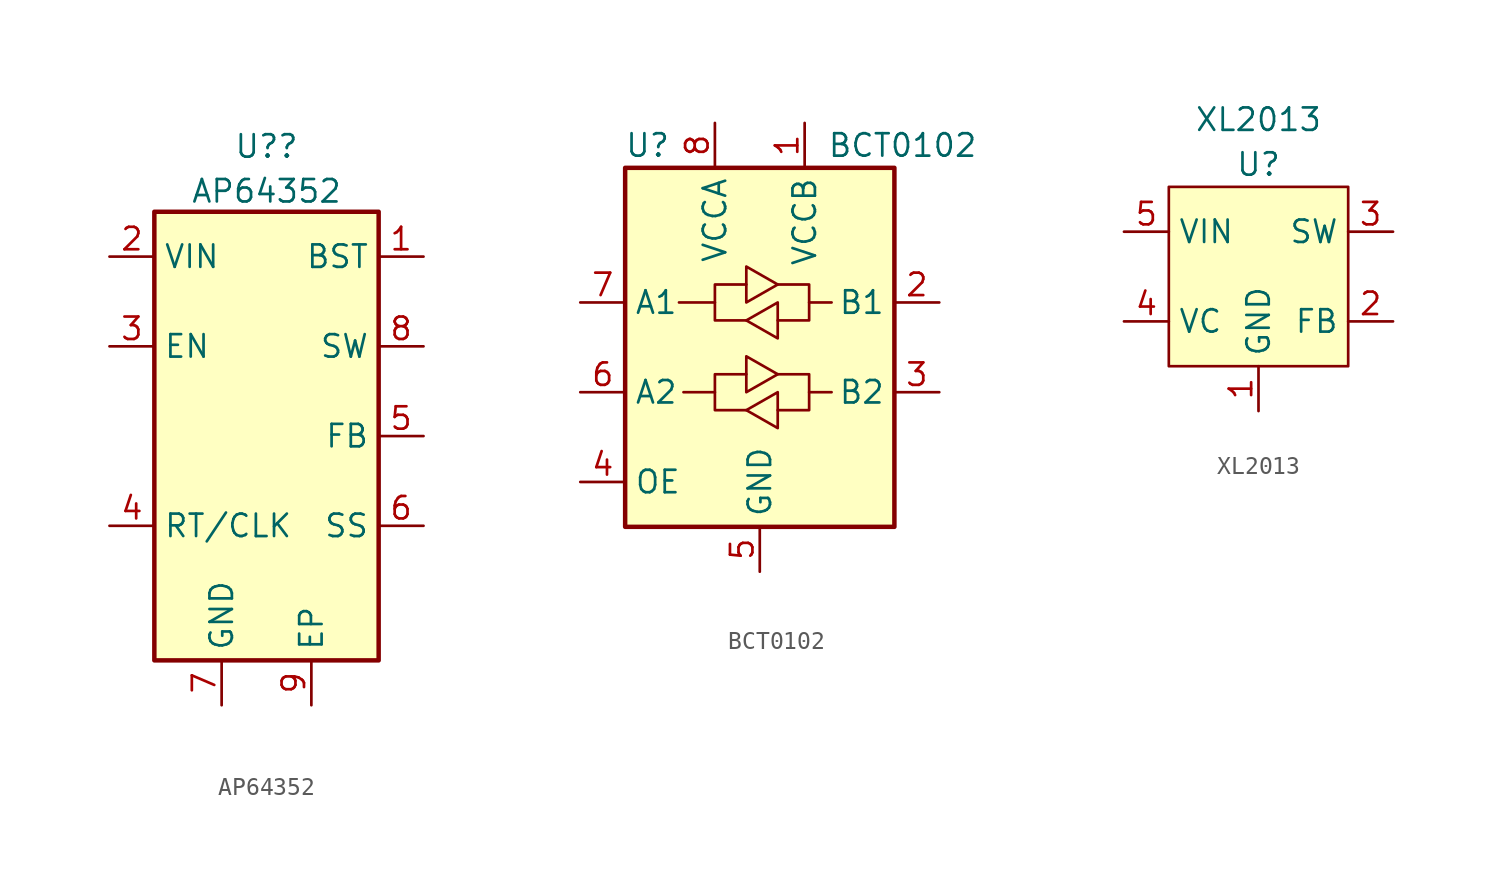
<source format=kicad_sym>
(kicad_symbol_lib
  (version 20211014)
  (generator kicad_symbol_editor)
  (symbol "AP64352"
    (property "Reference" "U?"
      (at 0 16.4 0)
      (effects (font (size 1.27 1.27))))
    (property "Value" "AP64352"
      (at 0 13.863 0)
      (effects (font (size 1.27 1.27))))
    (symbol "AP64352_0_1"
      (rectangle (start -6.35 12.7) (end 6.35 -12.7) (stroke (width 0.254) (type default) (color 0 0 0 0)) (fill (type background))))
    (symbol "AP64352_1_1"
      (pin output line (at 8.89 10.16 180) (length 2.54) (name "BST" (effects (font (size 1.27 1.27)))) (number "1" (effects (font (size 1.27 1.27)))))
      (pin power_in line (at -8.89 10.16 0) (length 2.54) (name "VIN" (effects (font (size 1.27 1.27)))) (number "2" (effects (font (size 1.27 1.27)))))
      (pin input line (at -8.89 5.08 0) (length 2.54) (name "EN" (effects (font (size 1.27 1.27)))) (number "3" (effects (font (size 1.27 1.27)))))
      (pin tri_state line (at -8.89 -5.08 0) (length 2.54) (name "RT/CLK" (effects (font (size 1.27 1.27)))) (number "4" (effects (font (size 1.27 1.27)))))
      (pin input line (at 8.89 0 180) (length 2.54) (name "FB" (effects (font (size 1.27 1.27)))) (number "5" (effects (font (size 1.27 1.27)))))
      (pin output line (at 8.89 -5.08 180) (length 2.54) (name "SS" (effects (font (size 1.27 1.27)))) (number "6" (effects (font (size 1.27 1.27)))))
      (pin power_in line (at -2.54 -15.24 90) (length 2.54) (name "GND" (effects (font (size 1.27 1.27)))) (number "7" (effects (font (size 1.27 1.27)))))
      (pin power_out line (at 8.89 5.08 180) (length 2.54) (name "SW" (effects (font (size 1.27 1.27)))) (number "8" (effects (font (size 1.27 1.27)))))
      (pin power_in line (at 2.54 -15.24 90) (length 2.54) (name "EP" (effects (font (size 1.27 1.27)))) (number "9" (effects (font (size 1.27 1.27)))))))
  (symbol "BCT0102"
    (property "Reference" "U"
      (at -6.35 11.43 0)
      (effects (font (size 1.27 1.27))))
    (property "Value" "BCT0102"
      (at 3.81 11.43 0)
      (effects (font (size 1.27 1.27)) (justify left)))
    (symbol "BCT0102_0_1"
      (rectangle (start -7.62 10.16) (end 7.62 -10.16) (stroke (width 0.254) (type default) (color 0 0 0 0)) (fill (type background)))
      (polyline (pts (xy -2.54 -2.54) (xy -2.54 -1.524) (xy -0.762 -1.524)) (stroke (width 0) (type default) (color 0 0 0 0)) (fill (type none)))
      (polyline (pts (xy -2.54 2.54) (xy -2.54 3.556) (xy -0.762 3.556)) (stroke (width 0) (type default) (color 0 0 0 0)) (fill (type none)))
      (polyline (pts (xy 2.794 -2.54) (xy 2.794 -3.556) (xy 1.016 -3.556)) (stroke (width 0) (type default) (color 0 0 0 0)) (fill (type none)))
      (polyline (pts (xy 2.794 2.54) (xy 2.794 1.524) (xy 1.016 1.524)) (stroke (width 0) (type default) (color 0 0 0 0)) (fill (type none)))
      (polyline (pts (xy -0.762 -3.556) (xy -2.54 -3.556) (xy -2.54 -2.54) (xy -4.318 -2.54)) (stroke (width 0) (type default) (color 0 0 0 0)) (fill (type none)))
      (polyline (pts (xy -0.762 -2.54) (xy -0.762 -0.508) (xy 1.016 -1.524) (xy -0.762 -2.54)) (stroke (width 0) (type default) (color 0 0 0 0)) (fill (type background)))
      (polyline (pts (xy -0.762 1.524) (xy -2.54 1.524) (xy -2.54 2.54) (xy -4.572 2.54)) (stroke (width 0) (type default) (color 0 0 0 0)) (fill (type none)))
      (polyline (pts (xy -0.762 2.54) (xy -0.762 4.572) (xy 1.016 3.556) (xy -0.762 2.54)) (stroke (width 0) (type default) (color 0 0 0 0)) (fill (type none)))
      (polyline (pts (xy 1.016 -2.54) (xy 1.016 -4.572) (xy -0.762 -3.556) (xy 1.016 -2.54)) (stroke (width 0) (type default) (color 0 0 0 0)) (fill (type none)))
      (polyline (pts (xy 1.016 -1.524) (xy 2.794 -1.524) (xy 2.794 -2.54) (xy 4.064 -2.54)) (stroke (width 0) (type default) (color 0 0 0 0)) (fill (type none)))
      (polyline (pts (xy 1.016 3.556) (xy 2.794 3.556) (xy 2.794 2.54) (xy 4.064 2.54)) (stroke (width 0) (type default) (color 0 0 0 0)) (fill (type none)))
      (polyline (pts (xy 1.016 2.54) (xy 1.016 0.762) (xy 1.016 0.508) (xy -0.762 1.524) (xy 1.016 2.54)) (stroke (width 0) (type default) (color 0 0 0 0)) (fill (type none))))
    (symbol "BCT0102_1_1"
      (pin power_in line (at 2.54 12.7 270) (length 2.54) (name "VCCB" (effects (font (size 1.27 1.27)))) (number "1" (effects (font (size 1.27 1.27)))))
      (pin bidirectional line (at 10.16 2.54 180) (length 2.54) (name "B1" (effects (font (size 1.27 1.27)))) (number "2" (effects (font (size 1.27 1.27)))))
      (pin bidirectional line (at 10.16 -2.54 180) (length 2.54) (name "B2" (effects (font (size 1.27 1.27)))) (number "3" (effects (font (size 1.27 1.27)))))
      (pin input line (at -10.16 -7.62 0) (length 2.54) (name "OE" (effects (font (size 1.27 1.27)))) (number "4" (effects (font (size 1.27 1.27)))))
      (pin power_in line (at 0 -12.7 90) (length 2.54) (name "GND" (effects (font (size 1.27 1.27)))) (number "5" (effects (font (size 1.27 1.27)))))
      (pin bidirectional line (at -10.16 -2.54 0) (length 2.54) (name "A2" (effects (font (size 1.27 1.27)))) (number "6" (effects (font (size 1.27 1.27)))))
      (pin bidirectional line (at -10.16 2.54 0) (length 2.54) (name "A1" (effects (font (size 1.27 1.27)))) (number "7" (effects (font (size 1.27 1.27)))))
      (pin power_in line (at -2.54 12.7 270) (length 2.54) (name "VCCA" (effects (font (size 1.27 1.27)))) (number "8" (effects (font (size 1.27 1.27)))))))
  (symbol "XL2013"
    (property "Reference" "U"
      (at 0 6.35 0)
      (effects (font (size 1.27 1.27))))
    (property "Value" "XL2013"
      (at 0 8.89 0)
      (effects (font (size 1.27 1.27))))
    (symbol "XL2013_0_1"
      (rectangle (start 5.08 -5.08) (end -5.08 5.08) (stroke (width 0.152) (type default) (color 0 0 0 0)) (fill (type background))))
    (symbol "XL2013_1_1"
      (pin power_in line (at 0 -7.62 90) (length 2.54) (name "GND" (effects (font (size 1.27 1.27)))) (number "1" (effects (font (size 1.27 1.27)))))
      (pin input line (at 7.62 -2.54 180) (length 2.54) (name "FB" (effects (font (size 1.27 1.27)))) (number "2" (effects (font (size 1.27 1.27)))))
      (pin power_out line (at 7.62 2.54 180) (length 2.54) (name "SW" (effects (font (size 1.27 1.27)))) (number "3" (effects (font (size 1.27 1.27)))))
      (pin input line (at -7.62 -2.54 0) (length 2.54) (name "VC" (effects (font (size 1.27 1.27)))) (number "4" (effects (font (size 1.27 1.27)))))
      (pin power_in line (at -7.62 2.54 0) (length 2.54) (name "VIN" (effects (font (size 1.27 1.27)))) (number "5" (effects (font (size 1.27 1.27))))))))
</source>
